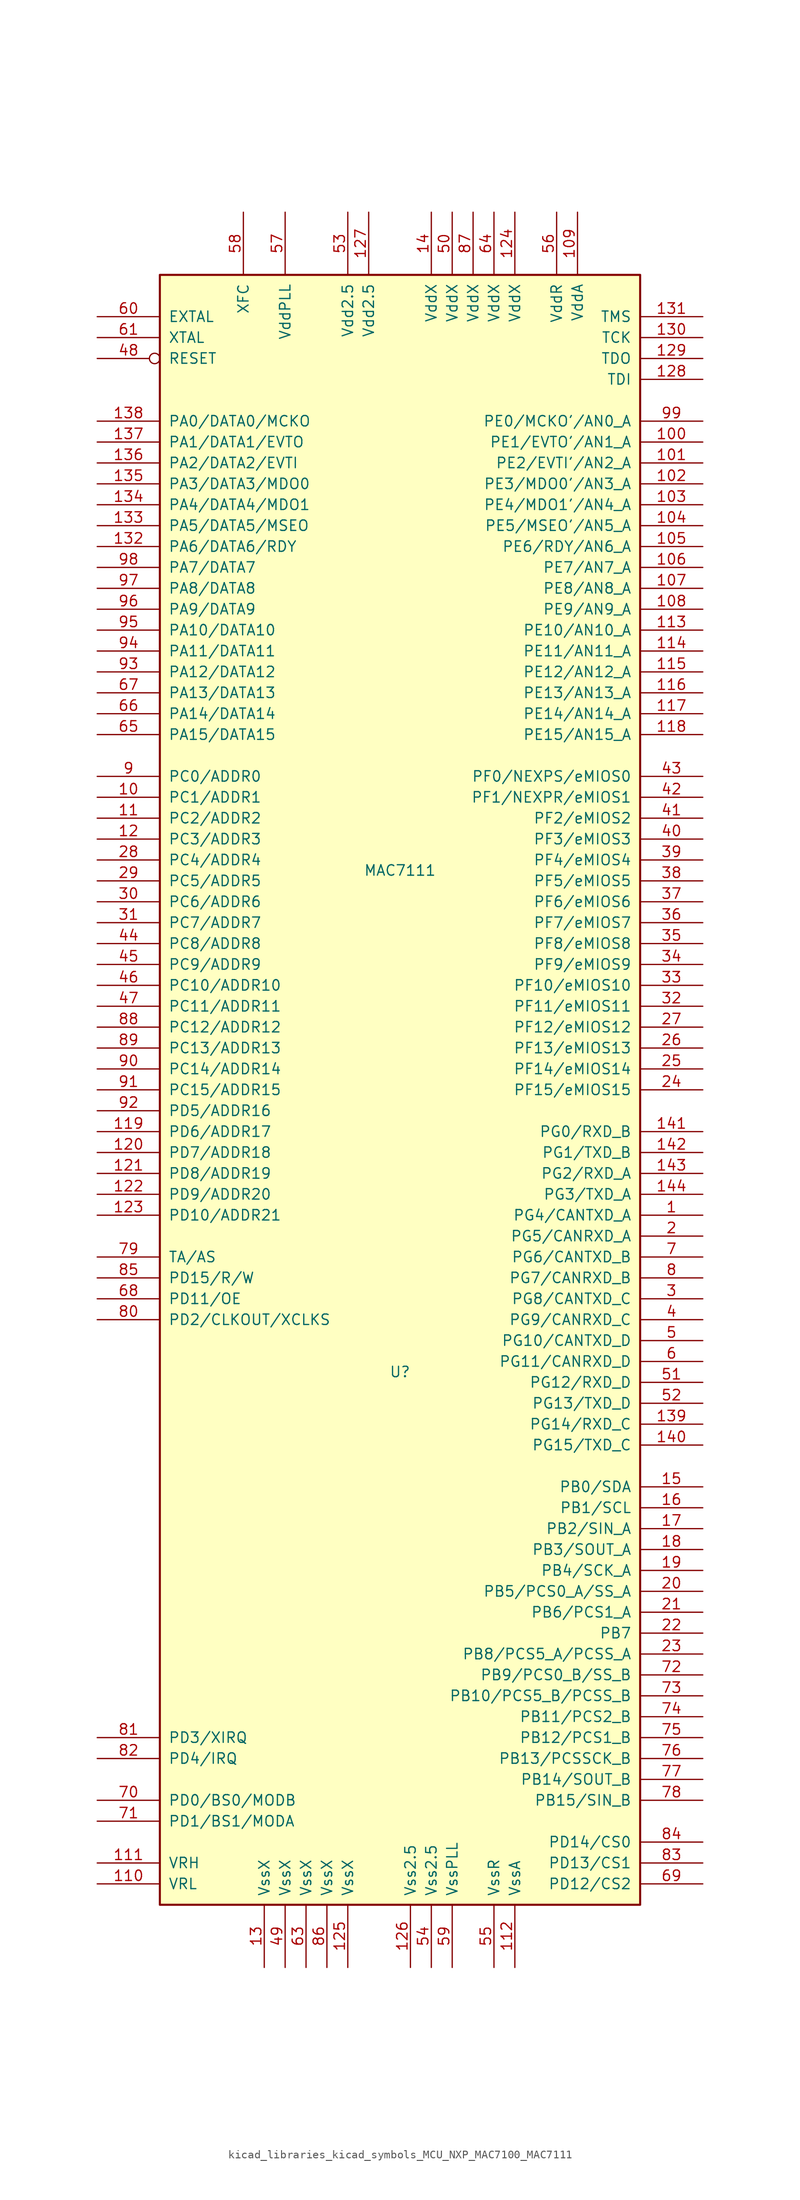
<source format=kicad_sym>
(kicad_symbol_lib
  (version 20220914)
  (generator kicad_symbol_editor)
  (symbol "kicad_libraries_kicad_symbols_MCU_NXP_MAC7100_MAC7111"
    (pin_names
      (offset 1.016))
    (property "Reference" "U"
      (at -1.27 -44.45 0)
      (effects (font (size 1.27 1.27))))
    (property "Value" "MAC7111"
      (at -1.27 16.51 0)
      (effects (font (size 1.27 1.27))))
    (symbol "kicad_libraries_kicad_symbols_MCU_NXP_MAC7100_MAC7111_0_1"
      (rectangle (start 27.94 -109.22) (end -30.48 88.9) (stroke (width 0.254) (type default)) (fill (type background))))
    (symbol "kicad_libraries_kicad_symbols_MCU_NXP_MAC7100_MAC7111_1_1"
      (pin bidirectional line (at 35.56 -25.4 180) (length 7.62) (name "PG4/CANTXD_A" (effects (font (size 1.27 1.27)))) (number "1" (effects (font (size 1.27 1.27)))))
      (pin bidirectional line (at -38.1 25.4 0) (length 7.62) (name "PC1/ADDR1" (effects (font (size 1.27 1.27)))) (number "10" (effects (font (size 1.27 1.27)))))
      (pin bidirectional line (at 35.56 68.58 180) (length 7.62) (name "PE1/EVTO'/AN1_A" (effects (font (size 1.27 1.27)))) (number "100" (effects (font (size 1.27 1.27)))))
      (pin bidirectional line (at 35.56 66.04 180) (length 7.62) (name "PE2/EVTI'/AN2_A" (effects (font (size 1.27 1.27)))) (number "101" (effects (font (size 1.27 1.27)))))
      (pin bidirectional line (at 35.56 63.5 180) (length 7.62) (name "PE3/MDO0'/AN3_A" (effects (font (size 1.27 1.27)))) (number "102" (effects (font (size 1.27 1.27)))))
      (pin bidirectional line (at 35.56 60.96 180) (length 7.62) (name "PE4/MDO1'/AN4_A" (effects (font (size 1.27 1.27)))) (number "103" (effects (font (size 1.27 1.27)))))
      (pin bidirectional line (at 35.56 58.42 180) (length 7.62) (name "PE5/MSEO'/AN5_A" (effects (font (size 1.27 1.27)))) (number "104" (effects (font (size 1.27 1.27)))))
      (pin bidirectional line (at 35.56 55.88 180) (length 7.62) (name "PE6/RDY/AN6_A" (effects (font (size 1.27 1.27)))) (number "105" (effects (font (size 1.27 1.27)))))
      (pin bidirectional line (at 35.56 53.34 180) (length 7.62) (name "PE7/AN7_A" (effects (font (size 1.27 1.27)))) (number "106" (effects (font (size 1.27 1.27)))))
      (pin bidirectional line (at 35.56 50.8 180) (length 7.62) (name "PE8/AN8_A" (effects (font (size 1.27 1.27)))) (number "107" (effects (font (size 1.27 1.27)))))
      (pin bidirectional line (at 35.56 48.26 180) (length 7.62) (name "PE9/AN9_A" (effects (font (size 1.27 1.27)))) (number "108" (effects (font (size 1.27 1.27)))))
      (pin power_in line (at 20.32 96.52 270) (length 7.62) (name "VddA" (effects (font (size 1.27 1.27)))) (number "109" (effects (font (size 1.27 1.27)))))
      (pin bidirectional line (at -38.1 22.86 0) (length 7.62) (name "PC2/ADDR2" (effects (font (size 1.27 1.27)))) (number "11" (effects (font (size 1.27 1.27)))))
      (pin passive line (at -38.1 -106.68 0) (length 7.62) (name "VRL" (effects (font (size 1.27 1.27)))) (number "110" (effects (font (size 1.27 1.27)))))
      (pin passive line (at -38.1 -104.14 0) (length 7.62) (name "VRH" (effects (font (size 1.27 1.27)))) (number "111" (effects (font (size 1.27 1.27)))))
      (pin power_in line (at 12.7 -116.84 90) (length 7.62) (name "VssA" (effects (font (size 1.27 1.27)))) (number "112" (effects (font (size 1.27 1.27)))))
      (pin bidirectional line (at 35.56 45.72 180) (length 7.62) (name "PE10/AN10_A" (effects (font (size 1.27 1.27)))) (number "113" (effects (font (size 1.27 1.27)))))
      (pin bidirectional line (at 35.56 43.18 180) (length 7.62) (name "PE11/AN11_A" (effects (font (size 1.27 1.27)))) (number "114" (effects (font (size 1.27 1.27)))))
      (pin bidirectional line (at 35.56 40.64 180) (length 7.62) (name "PE12/AN12_A" (effects (font (size 1.27 1.27)))) (number "115" (effects (font (size 1.27 1.27)))))
      (pin bidirectional line (at 35.56 38.1 180) (length 7.62) (name "PE13/AN13_A" (effects (font (size 1.27 1.27)))) (number "116" (effects (font (size 1.27 1.27)))))
      (pin bidirectional line (at 35.56 35.56 180) (length 7.62) (name "PE14/AN14_A" (effects (font (size 1.27 1.27)))) (number "117" (effects (font (size 1.27 1.27)))))
      (pin bidirectional line (at 35.56 33.02 180) (length 7.62) (name "PE15/AN15_A" (effects (font (size 1.27 1.27)))) (number "118" (effects (font (size 1.27 1.27)))))
      (pin bidirectional line (at -38.1 -15.24 0) (length 7.62) (name "PD6/ADDR17" (effects (font (size 1.27 1.27)))) (number "119" (effects (font (size 1.27 1.27)))))
      (pin bidirectional line (at -38.1 20.32 0) (length 7.62) (name "PC3/ADDR3" (effects (font (size 1.27 1.27)))) (number "12" (effects (font (size 1.27 1.27)))))
      (pin bidirectional line (at -38.1 -17.78 0) (length 7.62) (name "PD7/ADDR18" (effects (font (size 1.27 1.27)))) (number "120" (effects (font (size 1.27 1.27)))))
      (pin bidirectional line (at -38.1 -20.32 0) (length 7.62) (name "PD8/ADDR19" (effects (font (size 1.27 1.27)))) (number "121" (effects (font (size 1.27 1.27)))))
      (pin bidirectional line (at -38.1 -22.86 0) (length 7.62) (name "PD9/ADDR20" (effects (font (size 1.27 1.27)))) (number "122" (effects (font (size 1.27 1.27)))))
      (pin bidirectional line (at -38.1 -25.4 0) (length 7.62) (name "PD10/ADDR21" (effects (font (size 1.27 1.27)))) (number "123" (effects (font (size 1.27 1.27)))))
      (pin power_in line (at 12.7 96.52 270) (length 7.62) (name "VddX" (effects (font (size 1.27 1.27)))) (number "124" (effects (font (size 1.27 1.27)))))
      (pin power_in line (at -7.62 -116.84 90) (length 7.62) (name "VssX" (effects (font (size 1.27 1.27)))) (number "125" (effects (font (size 1.27 1.27)))))
      (pin power_in line (at 0 -116.84 90) (length 7.62) (name "Vss2.5" (effects (font (size 1.27 1.27)))) (number "126" (effects (font (size 1.27 1.27)))))
      (pin power_in line (at -5.08 96.52 270) (length 7.62) (name "Vdd2.5" (effects (font (size 1.27 1.27)))) (number "127" (effects (font (size 1.27 1.27)))))
      (pin input line (at 35.56 76.2 180) (length 7.62) (name "TDI" (effects (font (size 1.27 1.27)))) (number "128" (effects (font (size 1.27 1.27)))))
      (pin output line (at 35.56 78.74 180) (length 7.62) (name "TDO" (effects (font (size 1.27 1.27)))) (number "129" (effects (font (size 1.27 1.27)))))
      (pin power_in line (at -17.78 -116.84 90) (length 7.62) (name "VssX" (effects (font (size 1.27 1.27)))) (number "13" (effects (font (size 1.27 1.27)))))
      (pin input line (at 35.56 81.28 180) (length 7.62) (name "TCK" (effects (font (size 1.27 1.27)))) (number "130" (effects (font (size 1.27 1.27)))))
      (pin input line (at 35.56 83.82 180) (length 7.62) (name "TMS" (effects (font (size 1.27 1.27)))) (number "131" (effects (font (size 1.27 1.27)))))
      (pin bidirectional line (at -38.1 55.88 0) (length 7.62) (name "PA6/DATA6/RDY" (effects (font (size 1.27 1.27)))) (number "132" (effects (font (size 1.27 1.27)))))
      (pin bidirectional line (at -38.1 58.42 0) (length 7.62) (name "PA5/DATA5/MSEO" (effects (font (size 1.27 1.27)))) (number "133" (effects (font (size 1.27 1.27)))))
      (pin bidirectional line (at -38.1 60.96 0) (length 7.62) (name "PA4/DATA4/MDO1" (effects (font (size 1.27 1.27)))) (number "134" (effects (font (size 1.27 1.27)))))
      (pin bidirectional line (at -38.1 63.5 0) (length 7.62) (name "PA3/DATA3/MDO0" (effects (font (size 1.27 1.27)))) (number "135" (effects (font (size 1.27 1.27)))))
      (pin bidirectional line (at -38.1 66.04 0) (length 7.62) (name "PA2/DATA2/EVTI" (effects (font (size 1.27 1.27)))) (number "136" (effects (font (size 1.27 1.27)))))
      (pin bidirectional line (at -38.1 68.58 0) (length 7.62) (name "PA1/DATA1/EVTO" (effects (font (size 1.27 1.27)))) (number "137" (effects (font (size 1.27 1.27)))))
      (pin bidirectional line (at -38.1 71.12 0) (length 7.62) (name "PA0/DATA0/MCKO" (effects (font (size 1.27 1.27)))) (number "138" (effects (font (size 1.27 1.27)))))
      (pin bidirectional line (at 35.56 -50.8 180) (length 7.62) (name "PG14/RXD_C" (effects (font (size 1.27 1.27)))) (number "139" (effects (font (size 1.27 1.27)))))
      (pin power_in line (at 2.54 96.52 270) (length 7.62) (name "VddX" (effects (font (size 1.27 1.27)))) (number "14" (effects (font (size 1.27 1.27)))))
      (pin bidirectional line (at 35.56 -53.34 180) (length 7.62) (name "PG15/TXD_C" (effects (font (size 1.27 1.27)))) (number "140" (effects (font (size 1.27 1.27)))))
      (pin bidirectional line (at 35.56 -15.24 180) (length 7.62) (name "PG0/RXD_B" (effects (font (size 1.27 1.27)))) (number "141" (effects (font (size 1.27 1.27)))))
      (pin bidirectional line (at 35.56 -17.78 180) (length 7.62) (name "PG1/TXD_B" (effects (font (size 1.27 1.27)))) (number "142" (effects (font (size 1.27 1.27)))))
      (pin bidirectional line (at 35.56 -20.32 180) (length 7.62) (name "PG2/RXD_A" (effects (font (size 1.27 1.27)))) (number "143" (effects (font (size 1.27 1.27)))))
      (pin bidirectional line (at 35.56 -22.86 180) (length 7.62) (name "PG3/TXD_A" (effects (font (size 1.27 1.27)))) (number "144" (effects (font (size 1.27 1.27)))))
      (pin bidirectional line (at 35.56 -58.42 180) (length 7.62) (name "PB0/SDA" (effects (font (size 1.27 1.27)))) (number "15" (effects (font (size 1.27 1.27)))))
      (pin bidirectional line (at 35.56 -60.96 180) (length 7.62) (name "PB1/SCL" (effects (font (size 1.27 1.27)))) (number "16" (effects (font (size 1.27 1.27)))))
      (pin bidirectional line (at 35.56 -63.5 180) (length 7.62) (name "PB2/SIN_A" (effects (font (size 1.27 1.27)))) (number "17" (effects (font (size 1.27 1.27)))))
      (pin bidirectional line (at 35.56 -66.04 180) (length 7.62) (name "PB3/SOUT_A" (effects (font (size 1.27 1.27)))) (number "18" (effects (font (size 1.27 1.27)))))
      (pin bidirectional line (at 35.56 -68.58 180) (length 7.62) (name "PB4/SCK_A" (effects (font (size 1.27 1.27)))) (number "19" (effects (font (size 1.27 1.27)))))
      (pin bidirectional line (at 35.56 -27.94 180) (length 7.62) (name "PG5/CANRXD_A" (effects (font (size 1.27 1.27)))) (number "2" (effects (font (size 1.27 1.27)))))
      (pin bidirectional line (at 35.56 -71.12 180) (length 7.62) (name "PB5/PCS0_A/SS_A" (effects (font (size 1.27 1.27)))) (number "20" (effects (font (size 1.27 1.27)))))
      (pin bidirectional line (at 35.56 -73.66 180) (length 7.62) (name "PB6/PCS1_A" (effects (font (size 1.27 1.27)))) (number "21" (effects (font (size 1.27 1.27)))))
      (pin bidirectional line (at 35.56 -76.2 180) (length 7.62) (name "PB7" (effects (font (size 1.27 1.27)))) (number "22" (effects (font (size 1.27 1.27)))))
      (pin bidirectional line (at 35.56 -78.74 180) (length 7.62) (name "PB8/PCS5_A/PCSS_A" (effects (font (size 1.27 1.27)))) (number "23" (effects (font (size 1.27 1.27)))))
      (pin bidirectional line (at 35.56 -10.16 180) (length 7.62) (name "PF15/eMIOS15" (effects (font (size 1.27 1.27)))) (number "24" (effects (font (size 1.27 1.27)))))
      (pin bidirectional line (at 35.56 -7.62 180) (length 7.62) (name "PF14/eMIOS14" (effects (font (size 1.27 1.27)))) (number "25" (effects (font (size 1.27 1.27)))))
      (pin bidirectional line (at 35.56 -5.08 180) (length 7.62) (name "PF13/eMIOS13" (effects (font (size 1.27 1.27)))) (number "26" (effects (font (size 1.27 1.27)))))
      (pin bidirectional line (at 35.56 -2.54 180) (length 7.62) (name "PF12/eMIOS12" (effects (font (size 1.27 1.27)))) (number "27" (effects (font (size 1.27 1.27)))))
      (pin bidirectional line (at -38.1 17.78 0) (length 7.62) (name "PC4/ADDR4" (effects (font (size 1.27 1.27)))) (number "28" (effects (font (size 1.27 1.27)))))
      (pin bidirectional line (at -38.1 15.24 0) (length 7.62) (name "PC5/ADDR5" (effects (font (size 1.27 1.27)))) (number "29" (effects (font (size 1.27 1.27)))))
      (pin bidirectional line (at 35.56 -35.56 180) (length 7.62) (name "PG8/CANTXD_C" (effects (font (size 1.27 1.27)))) (number "3" (effects (font (size 1.27 1.27)))))
      (pin bidirectional line (at -38.1 12.7 0) (length 7.62) (name "PC6/ADDR6" (effects (font (size 1.27 1.27)))) (number "30" (effects (font (size 1.27 1.27)))))
      (pin bidirectional line (at -38.1 10.16 0) (length 7.62) (name "PC7/ADDR7" (effects (font (size 1.27 1.27)))) (number "31" (effects (font (size 1.27 1.27)))))
      (pin bidirectional line (at 35.56 0 180) (length 7.62) (name "PF11/eMIOS11" (effects (font (size 1.27 1.27)))) (number "32" (effects (font (size 1.27 1.27)))))
      (pin bidirectional line (at 35.56 2.54 180) (length 7.62) (name "PF10/eMIOS10" (effects (font (size 1.27 1.27)))) (number "33" (effects (font (size 1.27 1.27)))))
      (pin bidirectional line (at 35.56 5.08 180) (length 7.62) (name "PF9/eMIOS9" (effects (font (size 1.27 1.27)))) (number "34" (effects (font (size 1.27 1.27)))))
      (pin bidirectional line (at 35.56 7.62 180) (length 7.62) (name "PF8/eMIOS8" (effects (font (size 1.27 1.27)))) (number "35" (effects (font (size 1.27 1.27)))))
      (pin bidirectional line (at 35.56 10.16 180) (length 7.62) (name "PF7/eMIOS7" (effects (font (size 1.27 1.27)))) (number "36" (effects (font (size 1.27 1.27)))))
      (pin bidirectional line (at 35.56 12.7 180) (length 7.62) (name "PF6/eMIOS6" (effects (font (size 1.27 1.27)))) (number "37" (effects (font (size 1.27 1.27)))))
      (pin bidirectional line (at 35.56 15.24 180) (length 7.62) (name "PF5/eMIOS5" (effects (font (size 1.27 1.27)))) (number "38" (effects (font (size 1.27 1.27)))))
      (pin bidirectional line (at 35.56 17.78 180) (length 7.62) (name "PF4/eMIOS4" (effects (font (size 1.27 1.27)))) (number "39" (effects (font (size 1.27 1.27)))))
      (pin bidirectional line (at 35.56 -38.1 180) (length 7.62) (name "PG9/CANRXD_C" (effects (font (size 1.27 1.27)))) (number "4" (effects (font (size 1.27 1.27)))))
      (pin bidirectional line (at 35.56 20.32 180) (length 7.62) (name "PF3/eMIOS3" (effects (font (size 1.27 1.27)))) (number "40" (effects (font (size 1.27 1.27)))))
      (pin bidirectional line (at 35.56 22.86 180) (length 7.62) (name "PF2/eMIOS2" (effects (font (size 1.27 1.27)))) (number "41" (effects (font (size 1.27 1.27)))))
      (pin bidirectional line (at 35.56 25.4 180) (length 7.62) (name "PF1/NEXPR/eMIOS1" (effects (font (size 1.27 1.27)))) (number "42" (effects (font (size 1.27 1.27)))))
      (pin bidirectional line (at 35.56 27.94 180) (length 7.62) (name "PF0/NEXPS/eMIOS0" (effects (font (size 1.27 1.27)))) (number "43" (effects (font (size 1.27 1.27)))))
      (pin bidirectional line (at -38.1 7.62 0) (length 7.62) (name "PC8/ADDR8" (effects (font (size 1.27 1.27)))) (number "44" (effects (font (size 1.27 1.27)))))
      (pin bidirectional line (at -38.1 5.08 0) (length 7.62) (name "PC9/ADDR9" (effects (font (size 1.27 1.27)))) (number "45" (effects (font (size 1.27 1.27)))))
      (pin bidirectional line (at -38.1 2.54 0) (length 7.62) (name "PC10/ADDR10" (effects (font (size 1.27 1.27)))) (number "46" (effects (font (size 1.27 1.27)))))
      (pin bidirectional line (at -38.1 0 0) (length 7.62) (name "PC11/ADDR11" (effects (font (size 1.27 1.27)))) (number "47" (effects (font (size 1.27 1.27)))))
      (pin bidirectional inverted (at -38.1 78.74 0) (length 7.62) (name "RESET" (effects (font (size 1.27 1.27)))) (number "48" (effects (font (size 1.27 1.27)))))
      (pin power_in line (at -15.24 -116.84 90) (length 7.62) (name "VssX" (effects (font (size 1.27 1.27)))) (number "49" (effects (font (size 1.27 1.27)))))
      (pin bidirectional line (at 35.56 -40.64 180) (length 7.62) (name "PG10/CANTXD_D" (effects (font (size 1.27 1.27)))) (number "5" (effects (font (size 1.27 1.27)))))
      (pin power_in line (at 5.08 96.52 270) (length 7.62) (name "VddX" (effects (font (size 1.27 1.27)))) (number "50" (effects (font (size 1.27 1.27)))))
      (pin bidirectional line (at 35.56 -45.72 180) (length 7.62) (name "PG12/RXD_D" (effects (font (size 1.27 1.27)))) (number "51" (effects (font (size 1.27 1.27)))))
      (pin bidirectional line (at 35.56 -48.26 180) (length 7.62) (name "PG13/TXD_D" (effects (font (size 1.27 1.27)))) (number "52" (effects (font (size 1.27 1.27)))))
      (pin passive line (at -7.62 96.52 270) (length 7.62) (name "Vdd2.5" (effects (font (size 1.27 1.27)))) (number "53" (effects (font (size 1.27 1.27)))))
      (pin power_in line (at 2.54 -116.84 90) (length 7.62) (name "Vss2.5" (effects (font (size 1.27 1.27)))) (number "54" (effects (font (size 1.27 1.27)))))
      (pin power_in line (at 10.16 -116.84 90) (length 7.62) (name "VssR" (effects (font (size 1.27 1.27)))) (number "55" (effects (font (size 1.27 1.27)))))
      (pin power_in line (at 17.78 96.52 270) (length 7.62) (name "VddR" (effects (font (size 1.27 1.27)))) (number "56" (effects (font (size 1.27 1.27)))))
      (pin passive line (at -15.24 96.52 270) (length 7.62) (name "VddPLL" (effects (font (size 1.27 1.27)))) (number "57" (effects (font (size 1.27 1.27)))))
      (pin bidirectional line (at -20.32 96.52 270) (length 7.62) (name "XFC" (effects (font (size 1.27 1.27)))) (number "58" (effects (font (size 1.27 1.27)))))
      (pin passive line (at 5.08 -116.84 90) (length 7.62) (name "VssPLL" (effects (font (size 1.27 1.27)))) (number "59" (effects (font (size 1.27 1.27)))))
      (pin bidirectional line (at 35.56 -43.18 180) (length 7.62) (name "PG11/CANRXD_D" (effects (font (size 1.27 1.27)))) (number "6" (effects (font (size 1.27 1.27)))))
      (pin input line (at -38.1 83.82 0) (length 7.62) (name "EXTAL" (effects (font (size 1.27 1.27)))) (number "60" (effects (font (size 1.27 1.27)))))
      (pin output line (at -38.1 81.28 0) (length 7.62) (name "XTAL" (effects (font (size 1.27 1.27)))) (number "61" (effects (font (size 1.27 1.27)))))
      (pin power_in line (at -12.7 -116.84 90) (length 7.62) (name "VssX" (effects (font (size 1.27 1.27)))) (number "63" (effects (font (size 1.27 1.27)))))
      (pin power_in line (at 10.16 96.52 270) (length 7.62) (name "VddX" (effects (font (size 1.27 1.27)))) (number "64" (effects (font (size 1.27 1.27)))))
      (pin bidirectional line (at -38.1 33.02 0) (length 7.62) (name "PA15/DATA15" (effects (font (size 1.27 1.27)))) (number "65" (effects (font (size 1.27 1.27)))))
      (pin bidirectional line (at -38.1 35.56 0) (length 7.62) (name "PA14/DATA14" (effects (font (size 1.27 1.27)))) (number "66" (effects (font (size 1.27 1.27)))))
      (pin bidirectional line (at -38.1 38.1 0) (length 7.62) (name "PA13/DATA13" (effects (font (size 1.27 1.27)))) (number "67" (effects (font (size 1.27 1.27)))))
      (pin bidirectional line (at -38.1 -35.56 0) (length 7.62) (name "PD11/OE" (effects (font (size 1.27 1.27)))) (number "68" (effects (font (size 1.27 1.27)))))
      (pin bidirectional line (at 35.56 -106.68 180) (length 7.62) (name "PD12/CS2" (effects (font (size 1.27 1.27)))) (number "69" (effects (font (size 1.27 1.27)))))
      (pin bidirectional line (at 35.56 -30.48 180) (length 7.62) (name "PG6/CANTXD_B" (effects (font (size 1.27 1.27)))) (number "7" (effects (font (size 1.27 1.27)))))
      (pin bidirectional line (at -38.1 -96.52 0) (length 7.62) (name "PD0/BS0/MODB" (effects (font (size 1.27 1.27)))) (number "70" (effects (font (size 1.27 1.27)))))
      (pin bidirectional line (at -38.1 -99.06 0) (length 7.62) (name "PD1/BS1/MODA" (effects (font (size 1.27 1.27)))) (number "71" (effects (font (size 1.27 1.27)))))
      (pin bidirectional line (at 35.56 -81.28 180) (length 7.62) (name "PB9/PCS0_B/SS_B" (effects (font (size 1.27 1.27)))) (number "72" (effects (font (size 1.27 1.27)))))
      (pin bidirectional line (at 35.56 -83.82 180) (length 7.62) (name "PB10/PCS5_B/PCSS_B" (effects (font (size 1.27 1.27)))) (number "73" (effects (font (size 1.27 1.27)))))
      (pin bidirectional line (at 35.56 -86.36 180) (length 7.62) (name "PB11/PCS2_B" (effects (font (size 1.27 1.27)))) (number "74" (effects (font (size 1.27 1.27)))))
      (pin bidirectional line (at 35.56 -88.9 180) (length 7.62) (name "PB12/PCS1_B" (effects (font (size 1.27 1.27)))) (number "75" (effects (font (size 1.27 1.27)))))
      (pin bidirectional line (at 35.56 -91.44 180) (length 7.62) (name "PB13/PCSSCK_B" (effects (font (size 1.27 1.27)))) (number "76" (effects (font (size 1.27 1.27)))))
      (pin bidirectional line (at 35.56 -93.98 180) (length 7.62) (name "PB14/SOUT_B" (effects (font (size 1.27 1.27)))) (number "77" (effects (font (size 1.27 1.27)))))
      (pin bidirectional line (at 35.56 -96.52 180) (length 7.62) (name "PB15/SIN_B" (effects (font (size 1.27 1.27)))) (number "78" (effects (font (size 1.27 1.27)))))
      (pin bidirectional line (at -38.1 -30.48 0) (length 7.62) (name "TA/AS" (effects (font (size 1.27 1.27)))) (number "79" (effects (font (size 1.27 1.27)))))
      (pin bidirectional line (at 35.56 -33.02 180) (length 7.62) (name "PG7/CANRXD_B" (effects (font (size 1.27 1.27)))) (number "8" (effects (font (size 1.27 1.27)))))
      (pin bidirectional line (at -38.1 -38.1 0) (length 7.62) (name "PD2/CLKOUT/XCLKS" (effects (font (size 1.27 1.27)))) (number "80" (effects (font (size 1.27 1.27)))))
      (pin bidirectional line (at -38.1 -88.9 0) (length 7.62) (name "PD3/XIRQ" (effects (font (size 1.27 1.27)))) (number "81" (effects (font (size 1.27 1.27)))))
      (pin bidirectional line (at -38.1 -91.44 0) (length 7.62) (name "PD4/IRQ" (effects (font (size 1.27 1.27)))) (number "82" (effects (font (size 1.27 1.27)))))
      (pin bidirectional line (at 35.56 -104.14 180) (length 7.62) (name "PD13/CS1" (effects (font (size 1.27 1.27)))) (number "83" (effects (font (size 1.27 1.27)))))
      (pin bidirectional line (at 35.56 -101.6 180) (length 7.62) (name "PD14/CS0" (effects (font (size 1.27 1.27)))) (number "84" (effects (font (size 1.27 1.27)))))
      (pin bidirectional line (at -38.1 -33.02 0) (length 7.62) (name "PD15/R/W" (effects (font (size 1.27 1.27)))) (number "85" (effects (font (size 1.27 1.27)))))
      (pin power_in line (at -10.16 -116.84 90) (length 7.62) (name "VssX" (effects (font (size 1.27 1.27)))) (number "86" (effects (font (size 1.27 1.27)))))
      (pin power_in line (at 7.62 96.52 270) (length 7.62) (name "VddX" (effects (font (size 1.27 1.27)))) (number "87" (effects (font (size 1.27 1.27)))))
      (pin bidirectional line (at -38.1 -2.54 0) (length 7.62) (name "PC12/ADDR12" (effects (font (size 1.27 1.27)))) (number "88" (effects (font (size 1.27 1.27)))))
      (pin bidirectional line (at -38.1 -5.08 0) (length 7.62) (name "PC13/ADDR13" (effects (font (size 1.27 1.27)))) (number "89" (effects (font (size 1.27 1.27)))))
      (pin bidirectional line (at -38.1 27.94 0) (length 7.62) (name "PC0/ADDR0" (effects (font (size 1.27 1.27)))) (number "9" (effects (font (size 1.27 1.27)))))
      (pin bidirectional line (at -38.1 -7.62 0) (length 7.62) (name "PC14/ADDR14" (effects (font (size 1.27 1.27)))) (number "90" (effects (font (size 1.27 1.27)))))
      (pin bidirectional line (at -38.1 -10.16 0) (length 7.62) (name "PC15/ADDR15" (effects (font (size 1.27 1.27)))) (number "91" (effects (font (size 1.27 1.27)))))
      (pin bidirectional line (at -38.1 -12.7 0) (length 7.62) (name "PD5/ADDR16" (effects (font (size 1.27 1.27)))) (number "92" (effects (font (size 1.27 1.27)))))
      (pin bidirectional line (at -38.1 40.64 0) (length 7.62) (name "PA12/DATA12" (effects (font (size 1.27 1.27)))) (number "93" (effects (font (size 1.27 1.27)))))
      (pin bidirectional line (at -38.1 43.18 0) (length 7.62) (name "PA11/DATA11" (effects (font (size 1.27 1.27)))) (number "94" (effects (font (size 1.27 1.27)))))
      (pin bidirectional line (at -38.1 45.72 0) (length 7.62) (name "PA10/DATA10" (effects (font (size 1.27 1.27)))) (number "95" (effects (font (size 1.27 1.27)))))
      (pin bidirectional line (at -38.1 48.26 0) (length 7.62) (name "PA9/DATA9" (effects (font (size 1.27 1.27)))) (number "96" (effects (font (size 1.27 1.27)))))
      (pin bidirectional line (at -38.1 50.8 0) (length 7.62) (name "PA8/DATA8" (effects (font (size 1.27 1.27)))) (number "97" (effects (font (size 1.27 1.27)))))
      (pin bidirectional line (at -38.1 53.34 0) (length 7.62) (name "PA7/DATA7" (effects (font (size 1.27 1.27)))) (number "98" (effects (font (size 1.27 1.27)))))
      (pin bidirectional line (at 35.56 71.12 180) (length 7.62) (name "PE0/MCKO'/AN0_A" (effects (font (size 1.27 1.27)))) (number "99" (effects (font (size 1.27 1.27))))))))
</source>
